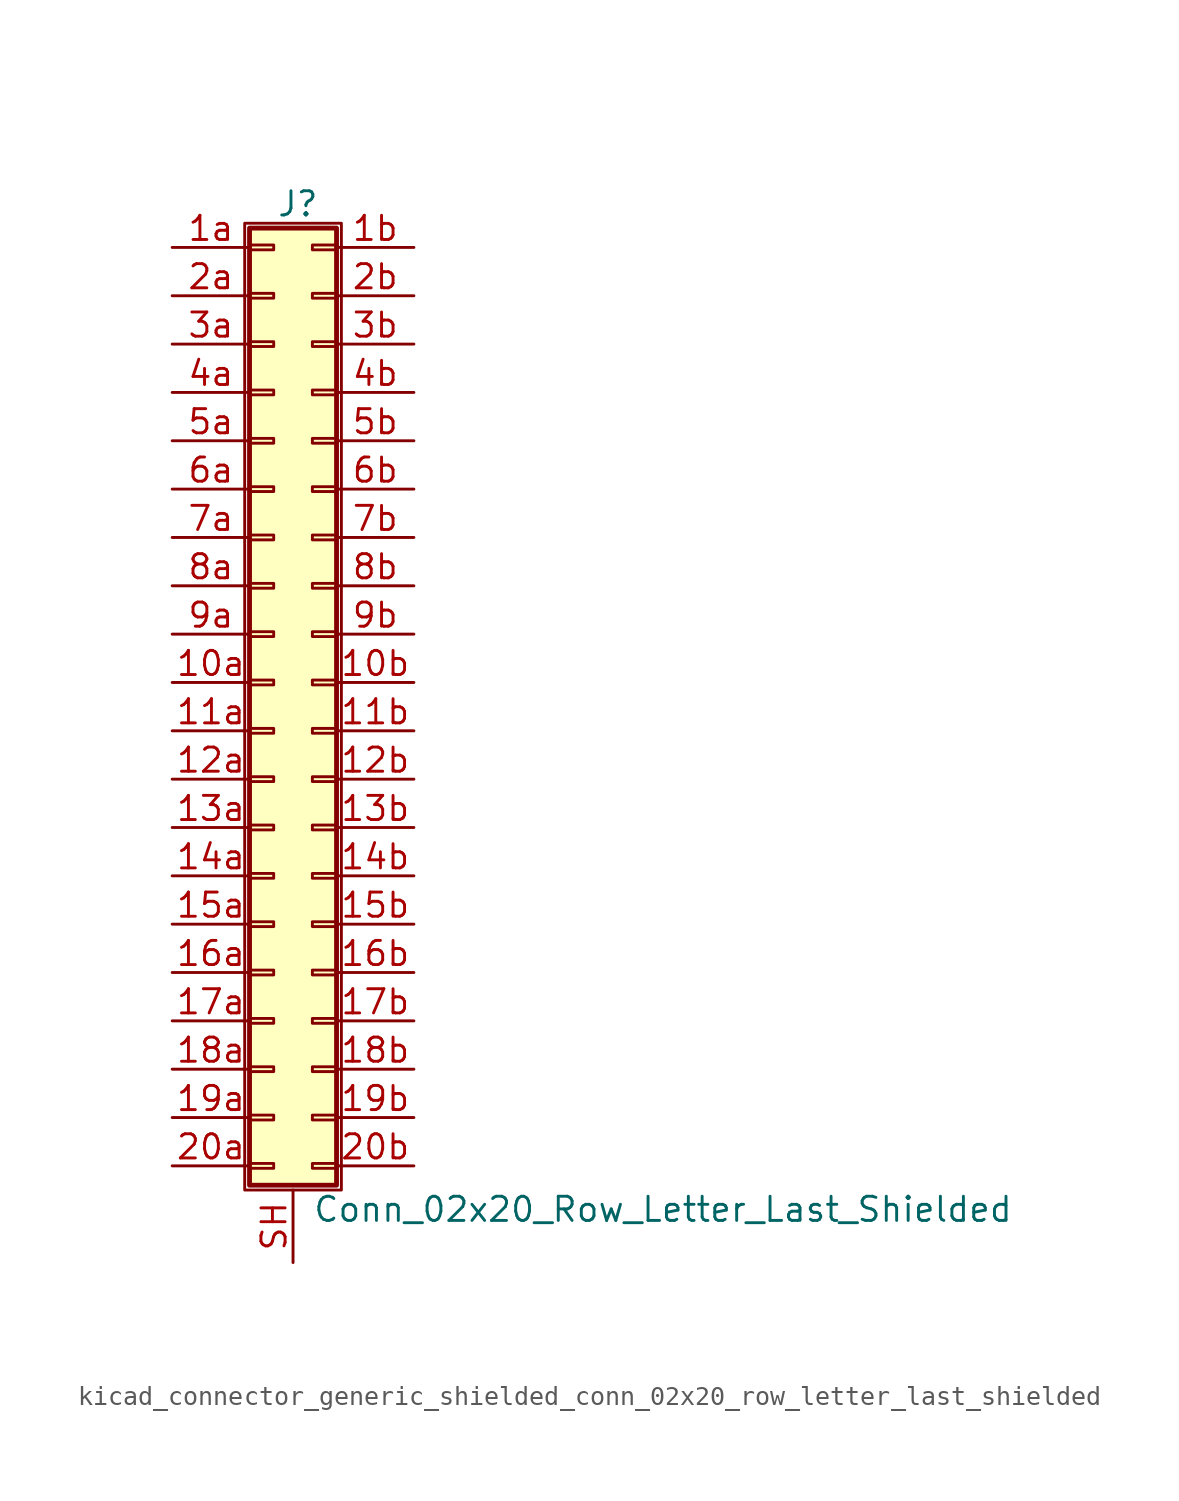
<source format=kicad_sym>
(kicad_symbol_lib
  (version 20220914)
  (generator kicad_symbol_editor)
  (symbol "kicad_connector_generic_shielded_conn_02x20_row_letter_last_shielded"
    (pin_names
      (offset 1.016) hide)
    (property "Reference" "J"
      (at 1.524 25.146 0)
      (effects (font (size 1.27 1.27))))
    (property "Value" "Conn_02x20_Row_Letter_Last_Shielded"
      (at 2.286 -27.686 0)
      (effects (font (size 1.27 1.27)) (justify left)))
    (symbol "kicad_connector_generic_shielded_conn_02x20_row_letter_last_shielded_1_1"
      (rectangle (start -1.27 24.13) (end 3.81 -26.67) (stroke (width 0.152) (type default)) (fill (type none)))
      (rectangle (start -1.016 -25.273) (end 0.254 -25.527) (stroke (width 0.152) (type default)) (fill (type none)))
      (rectangle (start -1.016 -22.733) (end 0.254 -22.987) (stroke (width 0.152) (type default)) (fill (type none)))
      (rectangle (start -1.016 -20.193) (end 0.254 -20.447) (stroke (width 0.152) (type default)) (fill (type none)))
      (rectangle (start -1.016 -17.653) (end 0.254 -17.907) (stroke (width 0.152) (type default)) (fill (type none)))
      (rectangle (start -1.016 -15.113) (end 0.254 -15.367) (stroke (width 0.152) (type default)) (fill (type none)))
      (rectangle (start -1.016 -12.573) (end 0.254 -12.827) (stroke (width 0.152) (type default)) (fill (type none)))
      (rectangle (start -1.016 -10.033) (end 0.254 -10.287) (stroke (width 0.152) (type default)) (fill (type none)))
      (rectangle (start -1.016 -7.493) (end 0.254 -7.747) (stroke (width 0.152) (type default)) (fill (type none)))
      (rectangle (start -1.016 -4.953) (end 0.254 -5.207) (stroke (width 0.152) (type default)) (fill (type none)))
      (rectangle (start -1.016 -2.413) (end 0.254 -2.667) (stroke (width 0.152) (type default)) (fill (type none)))
      (rectangle (start -1.016 0.127) (end 0.254 -0.127) (stroke (width 0.152) (type default)) (fill (type none)))
      (rectangle (start -1.016 2.667) (end 0.254 2.413) (stroke (width 0.152) (type default)) (fill (type none)))
      (rectangle (start -1.016 5.207) (end 0.254 4.953) (stroke (width 0.152) (type default)) (fill (type none)))
      (rectangle (start -1.016 7.747) (end 0.254 7.493) (stroke (width 0.152) (type default)) (fill (type none)))
      (rectangle (start -1.016 10.287) (end 0.254 10.033) (stroke (width 0.152) (type default)) (fill (type none)))
      (rectangle (start -1.016 12.827) (end 0.254 12.573) (stroke (width 0.152) (type default)) (fill (type none)))
      (rectangle (start -1.016 15.367) (end 0.254 15.113) (stroke (width 0.152) (type default)) (fill (type none)))
      (rectangle (start -1.016 17.907) (end 0.254 17.653) (stroke (width 0.152) (type default)) (fill (type none)))
      (rectangle (start -1.016 20.447) (end 0.254 20.193) (stroke (width 0.152) (type default)) (fill (type none)))
      (rectangle (start -1.016 22.987) (end 0.254 22.733) (stroke (width 0.152) (type default)) (fill (type none)))
      (rectangle (start -1.016 23.876) (end 3.556 -26.416) (stroke (width 0.254) (type default)) (fill (type background)))
      (rectangle (start 3.556 -25.273) (end 2.286 -25.527) (stroke (width 0.152) (type default)) (fill (type none)))
      (rectangle (start 3.556 -22.733) (end 2.286 -22.987) (stroke (width 0.152) (type default)) (fill (type none)))
      (rectangle (start 3.556 -20.193) (end 2.286 -20.447) (stroke (width 0.152) (type default)) (fill (type none)))
      (rectangle (start 3.556 -17.653) (end 2.286 -17.907) (stroke (width 0.152) (type default)) (fill (type none)))
      (rectangle (start 3.556 -15.113) (end 2.286 -15.367) (stroke (width 0.152) (type default)) (fill (type none)))
      (rectangle (start 3.556 -12.573) (end 2.286 -12.827) (stroke (width 0.152) (type default)) (fill (type none)))
      (rectangle (start 3.556 -10.033) (end 2.286 -10.287) (stroke (width 0.152) (type default)) (fill (type none)))
      (rectangle (start 3.556 -7.493) (end 2.286 -7.747) (stroke (width 0.152) (type default)) (fill (type none)))
      (rectangle (start 3.556 -4.953) (end 2.286 -5.207) (stroke (width 0.152) (type default)) (fill (type none)))
      (rectangle (start 3.556 -2.413) (end 2.286 -2.667) (stroke (width 0.152) (type default)) (fill (type none)))
      (rectangle (start 3.556 0.127) (end 2.286 -0.127) (stroke (width 0.152) (type default)) (fill (type none)))
      (rectangle (start 3.556 2.667) (end 2.286 2.413) (stroke (width 0.152) (type default)) (fill (type none)))
      (rectangle (start 3.556 5.207) (end 2.286 4.953) (stroke (width 0.152) (type default)) (fill (type none)))
      (rectangle (start 3.556 7.747) (end 2.286 7.493) (stroke (width 0.152) (type default)) (fill (type none)))
      (rectangle (start 3.556 10.287) (end 2.286 10.033) (stroke (width 0.152) (type default)) (fill (type none)))
      (rectangle (start 3.556 12.827) (end 2.286 12.573) (stroke (width 0.152) (type default)) (fill (type none)))
      (rectangle (start 3.556 15.367) (end 2.286 15.113) (stroke (width 0.152) (type default)) (fill (type none)))
      (rectangle (start 3.556 17.907) (end 2.286 17.653) (stroke (width 0.152) (type default)) (fill (type none)))
      (rectangle (start 3.556 20.447) (end 2.286 20.193) (stroke (width 0.152) (type default)) (fill (type none)))
      (rectangle (start 3.556 22.987) (end 2.286 22.733) (stroke (width 0.152) (type default)) (fill (type none)))
      (pin passive line (at -5.08 0 0) (length 4.064) (name "Pin_10a" (effects (font (size 1.27 1.27)))) (number "10a" (effects (font (size 1.27 1.27)))))
      (pin passive line (at 7.62 0 180) (length 4.064) (name "Pin_10b" (effects (font (size 1.27 1.27)))) (number "10b" (effects (font (size 1.27 1.27)))))
      (pin passive line (at -5.08 -2.54 0) (length 4.064) (name "Pin_11a" (effects (font (size 1.27 1.27)))) (number "11a" (effects (font (size 1.27 1.27)))))
      (pin passive line (at 7.62 -2.54 180) (length 4.064) (name "Pin_11b" (effects (font (size 1.27 1.27)))) (number "11b" (effects (font (size 1.27 1.27)))))
      (pin passive line (at -5.08 -5.08 0) (length 4.064) (name "Pin_12a" (effects (font (size 1.27 1.27)))) (number "12a" (effects (font (size 1.27 1.27)))))
      (pin passive line (at 7.62 -5.08 180) (length 4.064) (name "Pin_12b" (effects (font (size 1.27 1.27)))) (number "12b" (effects (font (size 1.27 1.27)))))
      (pin passive line (at -5.08 -7.62 0) (length 4.064) (name "Pin_13a" (effects (font (size 1.27 1.27)))) (number "13a" (effects (font (size 1.27 1.27)))))
      (pin passive line (at 7.62 -7.62 180) (length 4.064) (name "Pin_13b" (effects (font (size 1.27 1.27)))) (number "13b" (effects (font (size 1.27 1.27)))))
      (pin passive line (at -5.08 -10.16 0) (length 4.064) (name "Pin_14a" (effects (font (size 1.27 1.27)))) (number "14a" (effects (font (size 1.27 1.27)))))
      (pin passive line (at 7.62 -10.16 180) (length 4.064) (name "Pin_14b" (effects (font (size 1.27 1.27)))) (number "14b" (effects (font (size 1.27 1.27)))))
      (pin passive line (at -5.08 -12.7 0) (length 4.064) (name "Pin_15a" (effects (font (size 1.27 1.27)))) (number "15a" (effects (font (size 1.27 1.27)))))
      (pin passive line (at 7.62 -12.7 180) (length 4.064) (name "Pin_15b" (effects (font (size 1.27 1.27)))) (number "15b" (effects (font (size 1.27 1.27)))))
      (pin passive line (at -5.08 -15.24 0) (length 4.064) (name "Pin_16a" (effects (font (size 1.27 1.27)))) (number "16a" (effects (font (size 1.27 1.27)))))
      (pin passive line (at 7.62 -15.24 180) (length 4.064) (name "Pin_16b" (effects (font (size 1.27 1.27)))) (number "16b" (effects (font (size 1.27 1.27)))))
      (pin passive line (at -5.08 -17.78 0) (length 4.064) (name "Pin_17a" (effects (font (size 1.27 1.27)))) (number "17a" (effects (font (size 1.27 1.27)))))
      (pin passive line (at 7.62 -17.78 180) (length 4.064) (name "Pin_17b" (effects (font (size 1.27 1.27)))) (number "17b" (effects (font (size 1.27 1.27)))))
      (pin passive line (at -5.08 -20.32 0) (length 4.064) (name "Pin_18a" (effects (font (size 1.27 1.27)))) (number "18a" (effects (font (size 1.27 1.27)))))
      (pin passive line (at 7.62 -20.32 180) (length 4.064) (name "Pin_18b" (effects (font (size 1.27 1.27)))) (number "18b" (effects (font (size 1.27 1.27)))))
      (pin passive line (at -5.08 -22.86 0) (length 4.064) (name "Pin_19a" (effects (font (size 1.27 1.27)))) (number "19a" (effects (font (size 1.27 1.27)))))
      (pin passive line (at 7.62 -22.86 180) (length 4.064) (name "Pin_19b" (effects (font (size 1.27 1.27)))) (number "19b" (effects (font (size 1.27 1.27)))))
      (pin passive line (at -5.08 22.86 0) (length 4.064) (name "Pin_1a" (effects (font (size 1.27 1.27)))) (number "1a" (effects (font (size 1.27 1.27)))))
      (pin passive line (at 7.62 22.86 180) (length 4.064) (name "Pin_1b" (effects (font (size 1.27 1.27)))) (number "1b" (effects (font (size 1.27 1.27)))))
      (pin passive line (at -5.08 -25.4 0) (length 4.064) (name "Pin_20a" (effects (font (size 1.27 1.27)))) (number "20a" (effects (font (size 1.27 1.27)))))
      (pin passive line (at 7.62 -25.4 180) (length 4.064) (name "Pin_20b" (effects (font (size 1.27 1.27)))) (number "20b" (effects (font (size 1.27 1.27)))))
      (pin passive line (at -5.08 20.32 0) (length 4.064) (name "Pin_2a" (effects (font (size 1.27 1.27)))) (number "2a" (effects (font (size 1.27 1.27)))))
      (pin passive line (at 7.62 20.32 180) (length 4.064) (name "Pin_2b" (effects (font (size 1.27 1.27)))) (number "2b" (effects (font (size 1.27 1.27)))))
      (pin passive line (at -5.08 17.78 0) (length 4.064) (name "Pin_3a" (effects (font (size 1.27 1.27)))) (number "3a" (effects (font (size 1.27 1.27)))))
      (pin passive line (at 7.62 17.78 180) (length 4.064) (name "Pin_3b" (effects (font (size 1.27 1.27)))) (number "3b" (effects (font (size 1.27 1.27)))))
      (pin passive line (at -5.08 15.24 0) (length 4.064) (name "Pin_4a" (effects (font (size 1.27 1.27)))) (number "4a" (effects (font (size 1.27 1.27)))))
      (pin passive line (at 7.62 15.24 180) (length 4.064) (name "Pin_4b" (effects (font (size 1.27 1.27)))) (number "4b" (effects (font (size 1.27 1.27)))))
      (pin passive line (at -5.08 12.7 0) (length 4.064) (name "Pin_5a" (effects (font (size 1.27 1.27)))) (number "5a" (effects (font (size 1.27 1.27)))))
      (pin passive line (at 7.62 12.7 180) (length 4.064) (name "Pin_5b" (effects (font (size 1.27 1.27)))) (number "5b" (effects (font (size 1.27 1.27)))))
      (pin passive line (at -5.08 10.16 0) (length 4.064) (name "Pin_6a" (effects (font (size 1.27 1.27)))) (number "6a" (effects (font (size 1.27 1.27)))))
      (pin passive line (at 7.62 10.16 180) (length 4.064) (name "Pin_6b" (effects (font (size 1.27 1.27)))) (number "6b" (effects (font (size 1.27 1.27)))))
      (pin passive line (at -5.08 7.62 0) (length 4.064) (name "Pin_7a" (effects (font (size 1.27 1.27)))) (number "7a" (effects (font (size 1.27 1.27)))))
      (pin passive line (at 7.62 7.62 180) (length 4.064) (name "Pin_7b" (effects (font (size 1.27 1.27)))) (number "7b" (effects (font (size 1.27 1.27)))))
      (pin passive line (at -5.08 5.08 0) (length 4.064) (name "Pin_8a" (effects (font (size 1.27 1.27)))) (number "8a" (effects (font (size 1.27 1.27)))))
      (pin passive line (at 7.62 5.08 180) (length 4.064) (name "Pin_8b" (effects (font (size 1.27 1.27)))) (number "8b" (effects (font (size 1.27 1.27)))))
      (pin passive line (at -5.08 2.54 0) (length 4.064) (name "Pin_9a" (effects (font (size 1.27 1.27)))) (number "9a" (effects (font (size 1.27 1.27)))))
      (pin passive line (at 7.62 2.54 180) (length 4.064) (name "Pin_9b" (effects (font (size 1.27 1.27)))) (number "9b" (effects (font (size 1.27 1.27)))))
      (pin passive line (at 1.27 -30.48 90) (length 3.81) (name "Shield" (effects (font (size 1.27 1.27)))) (number "SH" (effects (font (size 1.27 1.27))))))))
</source>
